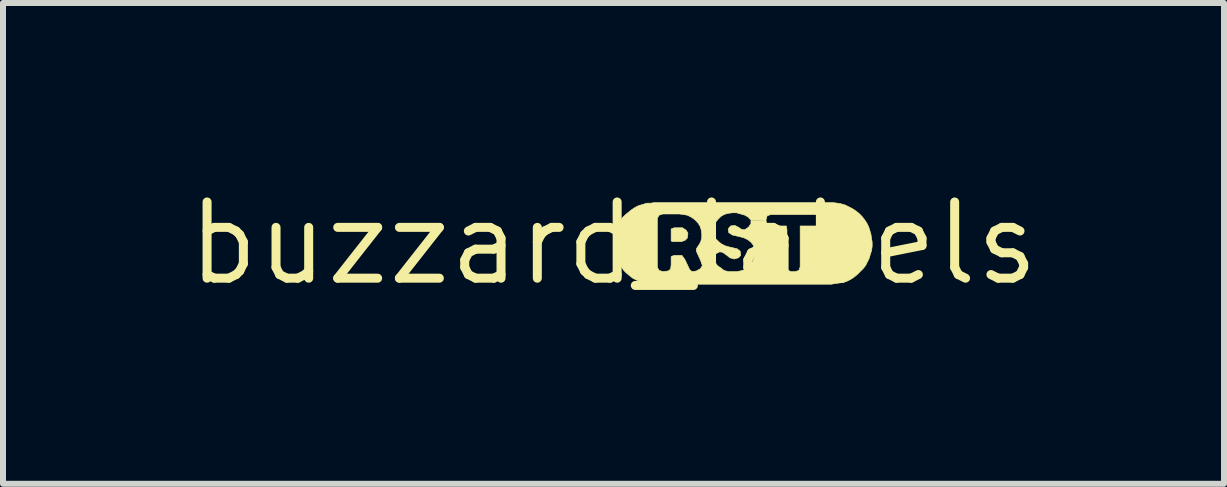
<source format=kicad_pcb>
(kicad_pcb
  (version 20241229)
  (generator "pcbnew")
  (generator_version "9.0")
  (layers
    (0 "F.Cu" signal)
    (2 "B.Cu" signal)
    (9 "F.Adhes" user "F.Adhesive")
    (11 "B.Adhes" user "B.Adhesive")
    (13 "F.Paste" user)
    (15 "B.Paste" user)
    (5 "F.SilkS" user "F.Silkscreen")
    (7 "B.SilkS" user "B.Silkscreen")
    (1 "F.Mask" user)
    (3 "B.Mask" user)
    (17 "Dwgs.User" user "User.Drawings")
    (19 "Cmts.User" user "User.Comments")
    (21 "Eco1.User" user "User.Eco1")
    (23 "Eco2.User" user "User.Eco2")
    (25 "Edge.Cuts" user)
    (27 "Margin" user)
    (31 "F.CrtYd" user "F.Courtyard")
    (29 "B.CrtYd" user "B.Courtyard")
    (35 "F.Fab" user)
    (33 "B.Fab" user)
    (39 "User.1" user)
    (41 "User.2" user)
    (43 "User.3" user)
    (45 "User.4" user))
  (footprint "buzzard_labels"
    (layer "F.Cu")
    (at 7.174 1.006)
    (property "Reference" "buzzard_labels" (at 0 0 0) (layer "F.SilkS") (effects (font (size 1.27 1.27) (thickness 0.15))))
    (attr exclude_from_pos_files exclude_from_bom)
    (fp_poly (pts (xy 0.99 -0.03) (xy 1.13 -0.03) (xy 1.19 -0.05) (xy 1.23 -0.09) (xy 1.24 -0.17) (xy 1.21 -0.22) (xy 1.15 -0.26) (xy 1.08 -0.26) (xy 1.01 -0.26) (xy 0.96 -0.24) (xy 0.96 -0.04) (xy 0.99 -0.03)) (stroke (width 0.01) (type solid)) (fill yes) (layer "F.SilkS"))
    (fp_poly (pts (xy 0.62 -0.67) (xy 0.55 -0.67) (xy 0.49 -0.65) (xy 0.42 -0.63) (xy 0.36 -0.6) (xy 0.3 -0.56) (xy 0.25 -0.52) (xy 0.2 -0.48) (xy 0.15 -0.43) (xy 0.11 -0.37) (xy 0.08 -0.31) (xy 0.05 -0.25) (xy 0.03 -0.19) (xy 0.01 -0.12) (xy 0 -0.06) (xy 0 0.01) (xy 0 0.08) (xy 0.02 0.15) (xy 0.03 0.21) (xy 0.06 0.27) (xy 0.09 0.34) (xy 0.13 0.39) (xy 0.17 0.45) (xy 0.21 0.49) (xy 0.27 0.54) (xy 0.32 0.58) (xy 0.38 0.61) (xy 0.44 0.64) (xy 0.51 0.66) (xy 0.58 0.67) (xy 0.64 0.68) (xy 0.71 0.68) (xy 3.63 0.68) (xy 3.69 0.67) (xy 3.76 0.66) (xy 3.83 0.65) (xy 3.89 0.63) (xy 3.95 0.6) (xy 4.01 0.56) (xy 4.06 0.52) (xy 4.11 0.47) (xy 4.16 0.42) (xy 4.2 0.37) (xy 4.23 0.31) (xy 4.26 0.25) (xy 4.28 0.18) (xy 4.3 0.12) (xy 4.31 0.05) (xy 4.31 -0.02) (xy 4.3 -0.08) (xy 4.29 -0.15) (xy 4.27 -0.22) (xy 4.25 -0.28) (xy 4.22 -0.34) (xy 4.18 -0.4) (xy 4.14 -0.45) (xy 4.09 -0.5) (xy 4.04 -0.54) (xy 3.98 -0.58) (xy 3.92 -0.61) (xy 3.86 -0.64) (xy 3.79 -0.66) (xy 3.73 -0.67) (xy 3.66 -0.68) (xy 3.59 -0.68) (xy 0.68 -0.68) (xy 0.76 -0.47) (xy 0.82 -0.49) (xy 1.1 -0.49) (xy 1.17 -0.48) (xy 1.23 -0.47) (xy 1.29 -0.44) (xy 1.35 -0.4) (xy 1.4 -0.35) (xy 1.44 -0.29) (xy 1.46 -0.23) (xy 1.47 -0.16) (xy 1.47 -0.09) (xy 1.45 -0.02) (xy 1.42 0.03) (xy 1.38 0.09) (xy 1.38 0.13) (xy 1.44 0.26) (xy 1.46 0.31) (xy 1.66 0.28) (xy 1.67 0.23) (xy 1.71 0.17) (xy 1.77 0.14) (xy 1.82 0.15) (xy 1.89 0.2) (xy 1.94 0.24) (xy 2.01 0.26) (xy 2.08 0.24) (xy 2.12 0.2) (xy 2.11 0.13) (xy 2.06 0.09) (xy 1.93 0.06) (xy 1.86 0.04) (xy 1.8 0.01) (xy 1.75 -0.03) (xy 1.7 -0.08) (xy 1.68 -0.15) (xy 1.67 -0.21) (xy 1.68 -0.28) (xy 1.7 -0.35) (xy 1.74 -0.4) (xy 1.79 -0.45) (xy 1.84 -0.48) (xy 1.9 -0.5) (xy 1.98 -0.51) (xy 2.05 -0.51) (xy 2.12 -0.49) (xy 2.19 -0.47) (xy 2.24 -0.44) (xy 2.29 -0.39) (xy 2.54 -0.39) (xy 2.56 -0.46) (xy 2.62 -0.48) (xy 2.63 -0.48) (xy 3.38 -0.48) (xy 3.44 -0.45) (xy 3.45 -0.39) (xy 3.44 -0.32) (xy 3.39 -0.29) (xy 3.31 -0.29) (xy 3.11 -0.29) (xy 3.11 0.39) (xy 3.09 0.45) (xy 3.03 0.47) (xy 2.95 0.47) (xy 2.9 0.44) (xy 2.89 0.38) (xy 2.89 -0.23) (xy 2.88 -0.29) (xy 2.67 -0.29) (xy 2.6 -0.29) (xy 2.55 -0.33) (xy 2.54 -0.39) (xy 2.29 -0.38) (xy 2.29 -0.33) (xy 2.25 -0.27) (xy 2.19 -0.23) (xy 2.14 -0.23) (xy 2.08 -0.27) (xy 2.02 -0.3) (xy 1.95 -0.29) (xy 1.91 -0.24) (xy 1.92 -0.18) (xy 1.98 -0.14) (xy 2.11 -0.11) (xy 2.18 -0.09) (xy 2.24 -0.06) (xy 2.29 -0.02) (xy 2.33 0.03) (xy 2.34 0.1) (xy 2.35 0.17) (xy 2.34 0.24) (xy 2.32 0.3) (xy 2.28 0.36) (xy 2.24 0.4) (xy 2.18 0.44) (xy 2.11 0.46) (xy 2.05 0.47) (xy 1.98 0.47) (xy 1.91 0.47) (xy 1.84 0.45) (xy 1.79 0.41) (xy 1.73 0.37) (xy 1.67 0.28) (xy 1.46 0.31) (xy 1.48 0.37) (xy 1.45 0.42) (xy 1.38 0.46) (xy 1.31 0.47) (xy 1.27 0.44) (xy 1.19 0.27) (xy 1.14 0.2) (xy 1.01 0.2) (xy 0.96 0.22) (xy 0.96 0.36) (xy 0.95 0.43) (xy 0.91 0.46) (xy 0.82 0.47) (xy 0.76 0.45) (xy 0.73 0.4) (xy 0.73 0.33) (xy 0.73 -0.42) (xy 0.76 -0.47) (xy 0.68 -0.68) (xy 0.62 -0.67)) (stroke (width 0.01) (type solid)) (fill yes) (layer "F.SilkS")))
  (gr_rect
    (start -3 -3)
    (end 17.347 5.012)
    (stroke (width 0.1) (type default))
    (fill no)
    (layer "Edge.Cuts")))
</source>
